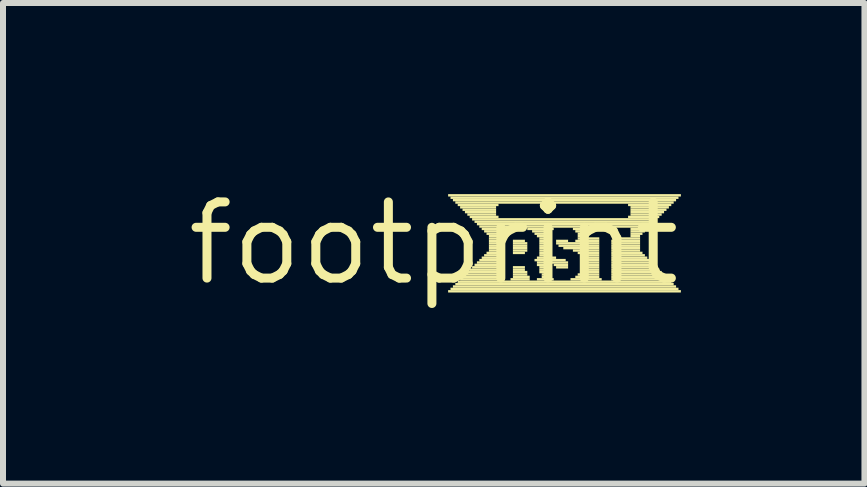
<source format=kicad_pcb>
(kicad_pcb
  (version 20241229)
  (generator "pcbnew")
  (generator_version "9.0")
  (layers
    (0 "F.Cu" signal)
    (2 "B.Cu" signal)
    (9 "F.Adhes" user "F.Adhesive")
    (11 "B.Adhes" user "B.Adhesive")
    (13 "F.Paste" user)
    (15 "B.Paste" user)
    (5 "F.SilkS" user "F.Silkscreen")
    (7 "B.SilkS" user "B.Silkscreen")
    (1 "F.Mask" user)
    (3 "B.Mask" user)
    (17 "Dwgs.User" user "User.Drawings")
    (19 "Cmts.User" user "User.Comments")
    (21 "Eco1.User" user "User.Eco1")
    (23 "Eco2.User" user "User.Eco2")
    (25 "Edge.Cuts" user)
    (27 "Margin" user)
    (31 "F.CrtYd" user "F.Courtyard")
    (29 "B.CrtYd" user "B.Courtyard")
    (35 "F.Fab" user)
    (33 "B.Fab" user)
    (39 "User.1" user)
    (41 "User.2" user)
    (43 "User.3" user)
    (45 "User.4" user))
  (footprint "footprint"
    (layer "F.Cu")
    (at 4.18 1.006)
    (property "Reference" "footprint" (at 0 0 0) (layer "F.SilkS") (effects (font (size 1.27 1.27) (thickness 0.15))))
    (fp_poly (pts (xy 0.24 -0.78) (xy 4.12 -0.78) (xy 4.12 -0.82) (xy 0.24 -0.82)) (stroke (width 0) (type solid)) (fill yes) (layer "F.SilkS"))
    (fp_poly (pts (xy 0.24 0.82) (xy 4.12 0.82) (xy 4.12 0.78) (xy 0.24 0.78)) (stroke (width 0) (type solid)) (fill yes) (layer "F.SilkS"))
    (fp_poly (pts (xy 0.28 -0.74) (xy 4.08 -0.74) (xy 4.08 -0.78) (xy 0.28 -0.78)) (stroke (width 0) (type solid)) (fill yes) (layer "F.SilkS"))
    (fp_poly (pts (xy 0.28 0.78) (xy 4.08 0.78) (xy 4.08 0.74) (xy 0.28 0.74)) (stroke (width 0) (type solid)) (fill yes) (layer "F.SilkS"))
    (fp_poly (pts (xy 0.32 -0.7) (xy 4.04 -0.7) (xy 4.04 -0.74) (xy 0.32 -0.74)) (stroke (width 0) (type solid)) (fill yes) (layer "F.SilkS"))
    (fp_poly (pts (xy 0.32 0.74) (xy 4.04 0.74) (xy 4.04 0.7) (xy 0.32 0.7)) (stroke (width 0) (type solid)) (fill yes) (layer "F.SilkS"))
    (fp_poly (pts (xy 0.36 -0.66) (xy 4 -0.66) (xy 4 -0.7) (xy 0.36 -0.7)) (stroke (width 0) (type solid)) (fill yes) (layer "F.SilkS"))
    (fp_poly (pts (xy 0.36 0.7) (xy 4 0.7) (xy 4 0.66) (xy 0.36 0.66)) (stroke (width 0) (type solid)) (fill yes) (layer "F.SilkS"))
    (fp_poly (pts (xy 0.4 -0.62) (xy 1.08 -0.62) (xy 1.08 -0.66) (xy 0.4 -0.66)) (stroke (width 0) (type solid)) (fill yes) (layer "F.SilkS"))
    (fp_poly (pts (xy 0.4 0.66) (xy 3.96 0.66) (xy 3.96 0.62) (xy 0.4 0.62)) (stroke (width 0) (type solid)) (fill yes) (layer "F.SilkS"))
    (fp_poly (pts (xy 0.44 -0.58) (xy 1.04 -0.58) (xy 1.04 -0.62) (xy 0.44 -0.62)) (stroke (width 0) (type solid)) (fill yes) (layer "F.SilkS"))
    (fp_poly (pts (xy 0.44 0.62) (xy 1.12 0.62) (xy 1.12 0.58) (xy 0.44 0.58)) (stroke (width 0) (type solid)) (fill yes) (layer "F.SilkS"))
    (fp_poly (pts (xy 0.48 -0.54) (xy 1.04 -0.54) (xy 1.04 -0.58) (xy 0.48 -0.58)) (stroke (width 0) (type solid)) (fill yes) (layer "F.SilkS"))
    (fp_poly (pts (xy 0.48 0.58) (xy 1.12 0.58) (xy 1.12 0.54) (xy 0.48 0.54)) (stroke (width 0) (type solid)) (fill yes) (layer "F.SilkS"))
    (fp_poly (pts (xy 0.52 -0.5) (xy 1.04 -0.5) (xy 1.04 -0.54) (xy 0.52 -0.54)) (stroke (width 0) (type solid)) (fill yes) (layer "F.SilkS"))
    (fp_poly (pts (xy 0.52 0.54) (xy 1.12 0.54) (xy 1.12 0.5) (xy 0.52 0.5)) (stroke (width 0) (type solid)) (fill yes) (layer "F.SilkS"))
    (fp_poly (pts (xy 0.56 -0.46) (xy 1.04 -0.46) (xy 1.04 -0.5) (xy 0.56 -0.5)) (stroke (width 0) (type solid)) (fill yes) (layer "F.SilkS"))
    (fp_poly (pts (xy 0.56 0.5) (xy 1.12 0.5) (xy 1.12 0.46) (xy 0.56 0.46)) (stroke (width 0) (type solid)) (fill yes) (layer "F.SilkS"))
    (fp_poly (pts (xy 0.6 -0.42) (xy 1.08 -0.42) (xy 1.08 -0.46) (xy 0.6 -0.46)) (stroke (width 0) (type solid)) (fill yes) (layer "F.SilkS"))
    (fp_poly (pts (xy 0.6 0.46) (xy 1.12 0.46) (xy 1.12 0.42) (xy 0.6 0.42)) (stroke (width 0) (type solid)) (fill yes) (layer "F.SilkS"))
    (fp_poly (pts (xy 0.64 -0.38) (xy 3.72 -0.38) (xy 3.72 -0.42) (xy 0.64 -0.42)) (stroke (width 0) (type solid)) (fill yes) (layer "F.SilkS"))
    (fp_poly (pts (xy 0.64 0.42) (xy 1.12 0.42) (xy 1.12 0.38) (xy 0.64 0.38)) (stroke (width 0) (type solid)) (fill yes) (layer "F.SilkS"))
    (fp_poly (pts (xy 0.68 -0.34) (xy 3.68 -0.34) (xy 3.68 -0.38) (xy 0.68 -0.38)) (stroke (width 0) (type solid)) (fill yes) (layer "F.SilkS"))
    (fp_poly (pts (xy 0.68 0.38) (xy 1.12 0.38) (xy 1.12 0.34) (xy 0.68 0.34)) (stroke (width 0) (type solid)) (fill yes) (layer "F.SilkS"))
    (fp_poly (pts (xy 0.72 -0.3) (xy 3.64 -0.3) (xy 3.64 -0.34) (xy 0.72 -0.34)) (stroke (width 0) (type solid)) (fill yes) (layer "F.SilkS"))
    (fp_poly (pts (xy 0.72 0.34) (xy 1.12 0.34) (xy 1.12 0.3) (xy 0.72 0.3)) (stroke (width 0) (type solid)) (fill yes) (layer "F.SilkS"))
    (fp_poly (pts (xy 0.76 -0.26) (xy 3.6 -0.26) (xy 3.6 -0.3) (xy 0.76 -0.3)) (stroke (width 0) (type solid)) (fill yes) (layer "F.SilkS"))
    (fp_poly (pts (xy 0.76 0.3) (xy 1.12 0.3) (xy 1.12 0.26) (xy 0.76 0.26)) (stroke (width 0) (type solid)) (fill yes) (layer "F.SilkS"))
    (fp_poly (pts (xy 0.8 -0.22) (xy 1.12 -0.22) (xy 1.12 -0.26) (xy 0.8 -0.26)) (stroke (width 0) (type solid)) (fill yes) (layer "F.SilkS"))
    (fp_poly (pts (xy 0.8 0.26) (xy 1.12 0.26) (xy 1.12 0.22) (xy 0.8 0.22)) (stroke (width 0) (type solid)) (fill yes) (layer "F.SilkS"))
    (fp_poly (pts (xy 0.84 -0.18) (xy 1.12 -0.18) (xy 1.12 -0.22) (xy 0.84 -0.22)) (stroke (width 0) (type solid)) (fill yes) (layer "F.SilkS"))
    (fp_poly (pts (xy 0.84 0.22) (xy 1.12 0.22) (xy 1.12 0.18) (xy 0.84 0.18)) (stroke (width 0) (type solid)) (fill yes) (layer "F.SilkS"))
    (fp_poly (pts (xy 0.88 -0.14) (xy 1.12 -0.14) (xy 1.12 -0.18) (xy 0.88 -0.18)) (stroke (width 0) (type solid)) (fill yes) (layer "F.SilkS"))
    (fp_poly (pts (xy 0.88 0.18) (xy 1.12 0.18) (xy 1.12 0.14) (xy 0.88 0.14)) (stroke (width 0) (type solid)) (fill yes) (layer "F.SilkS"))
    (fp_poly (pts (xy 0.92 -0.1) (xy 1.12 -0.1) (xy 1.12 -0.14) (xy 0.92 -0.14)) (stroke (width 0) (type solid)) (fill yes) (layer "F.SilkS"))
    (fp_poly (pts (xy 0.92 -0.06) (xy 1.12 -0.06) (xy 1.12 -0.1) (xy 0.92 -0.1)) (stroke (width 0) (type solid)) (fill yes) (layer "F.SilkS"))
    (fp_poly (pts (xy 0.92 -0.02) (xy 1.12 -0.02) (xy 1.12 -0.06) (xy 0.92 -0.06)) (stroke (width 0) (type solid)) (fill yes) (layer "F.SilkS"))
    (fp_poly (pts (xy 0.92 0.02) (xy 1.12 0.02) (xy 1.12 -0.02) (xy 0.92 -0.02)) (stroke (width 0) (type solid)) (fill yes) (layer "F.SilkS"))
    (fp_poly (pts (xy 0.92 0.06) (xy 1.12 0.06) (xy 1.12 0.02) (xy 0.92 0.02)) (stroke (width 0) (type solid)) (fill yes) (layer "F.SilkS"))
    (fp_poly (pts (xy 0.92 0.1) (xy 1.12 0.1) (xy 1.12 0.06) (xy 0.92 0.06)) (stroke (width 0) (type solid)) (fill yes) (layer "F.SilkS"))
    (fp_poly (pts (xy 0.92 0.14) (xy 1.12 0.14) (xy 1.12 0.1) (xy 0.92 0.1)) (stroke (width 0) (type solid)) (fill yes) (layer "F.SilkS"))
    (fp_poly (pts (xy 1.28 0.62) (xy 1.6 0.62) (xy 1.6 0.58) (xy 1.28 0.58)) (stroke (width 0) (type solid)) (fill yes) (layer "F.SilkS"))
    (fp_poly (pts (xy 1.32 -0.02) (xy 1.52 -0.02) (xy 1.52 -0.06) (xy 1.32 -0.06)) (stroke (width 0) (type solid)) (fill yes) (layer "F.SilkS"))
    (fp_poly (pts (xy 1.32 0.02) (xy 1.56 0.02) (xy 1.56 -0.02) (xy 1.32 -0.02)) (stroke (width 0) (type solid)) (fill yes) (layer "F.SilkS"))
    (fp_poly (pts (xy 1.32 0.06) (xy 1.56 0.06) (xy 1.56 0.02) (xy 1.32 0.02)) (stroke (width 0) (type solid)) (fill yes) (layer "F.SilkS"))
    (fp_poly (pts (xy 1.32 0.1) (xy 1.56 0.1) (xy 1.56 0.06) (xy 1.32 0.06)) (stroke (width 0) (type solid)) (fill yes) (layer "F.SilkS"))
    (fp_poly (pts (xy 1.32 0.14) (xy 1.56 0.14) (xy 1.56 0.1) (xy 1.32 0.1)) (stroke (width 0) (type solid)) (fill yes) (layer "F.SilkS"))
    (fp_poly (pts (xy 1.32 0.18) (xy 1.52 0.18) (xy 1.52 0.14) (xy 1.32 0.14)) (stroke (width 0) (type solid)) (fill yes) (layer "F.SilkS"))
    (fp_poly (pts (xy 1.32 0.42) (xy 1.52 0.42) (xy 1.52 0.38) (xy 1.32 0.38)) (stroke (width 0) (type solid)) (fill yes) (layer "F.SilkS"))
    (fp_poly (pts (xy 1.32 0.46) (xy 1.52 0.46) (xy 1.52 0.42) (xy 1.32 0.42)) (stroke (width 0) (type solid)) (fill yes) (layer "F.SilkS"))
    (fp_poly (pts (xy 1.32 0.5) (xy 1.56 0.5) (xy 1.56 0.46) (xy 1.32 0.46)) (stroke (width 0) (type solid)) (fill yes) (layer "F.SilkS"))
    (fp_poly (pts (xy 1.32 0.54) (xy 1.56 0.54) (xy 1.56 0.5) (xy 1.32 0.5)) (stroke (width 0) (type solid)) (fill yes) (layer "F.SilkS"))
    (fp_poly (pts (xy 1.32 0.58) (xy 1.6 0.58) (xy 1.6 0.54) (xy 1.32 0.54)) (stroke (width 0) (type solid)) (fill yes) (layer "F.SilkS"))
    (fp_poly (pts (xy 1.56 -0.22) (xy 2 -0.22) (xy 2 -0.26) (xy 1.56 -0.26)) (stroke (width 0) (type solid)) (fill yes) (layer "F.SilkS"))
    (fp_poly (pts (xy 1.64 -0.18) (xy 1.92 -0.18) (xy 1.92 -0.22) (xy 1.64 -0.22)) (stroke (width 0) (type solid)) (fill yes) (layer "F.SilkS"))
    (fp_poly (pts (xy 1.68 -0.14) (xy 1.88 -0.14) (xy 1.88 -0.18) (xy 1.68 -0.18)) (stroke (width 0) (type solid)) (fill yes) (layer "F.SilkS"))
    (fp_poly (pts (xy 1.68 0.3) (xy 2.2 0.3) (xy 2.2 0.26) (xy 1.68 0.26)) (stroke (width 0) (type solid)) (fill yes) (layer "F.SilkS"))
    (fp_poly (pts (xy 1.72 -0.1) (xy 1.88 -0.1) (xy 1.88 -0.14) (xy 1.72 -0.14)) (stroke (width 0) (type solid)) (fill yes) (layer "F.SilkS"))
    (fp_poly (pts (xy 1.72 0.26) (xy 2.04 0.26) (xy 2.04 0.22) (xy 1.72 0.22)) (stroke (width 0) (type solid)) (fill yes) (layer "F.SilkS"))
    (fp_poly (pts (xy 1.72 0.34) (xy 2.24 0.34) (xy 2.24 0.3) (xy 1.72 0.3)) (stroke (width 0) (type solid)) (fill yes) (layer "F.SilkS"))
    (fp_poly (pts (xy 1.72 0.38) (xy 1.88 0.38) (xy 1.88 0.34) (xy 1.72 0.34)) (stroke (width 0) (type solid)) (fill yes) (layer "F.SilkS"))
    (fp_poly (pts (xy 1.72 0.62) (xy 2 0.62) (xy 2 0.58) (xy 1.72 0.58)) (stroke (width 0) (type solid)) (fill yes) (layer "F.SilkS"))
    (fp_poly (pts (xy 1.76 -0.06) (xy 1.84 -0.06) (xy 1.84 -0.1) (xy 1.76 -0.1)) (stroke (width 0) (type solid)) (fill yes) (layer "F.SilkS"))
    (fp_poly (pts (xy 1.76 -0.02) (xy 1.84 -0.02) (xy 1.84 -0.06) (xy 1.76 -0.06)) (stroke (width 0) (type solid)) (fill yes) (layer "F.SilkS"))
    (fp_poly (pts (xy 1.76 0.02) (xy 1.84 0.02) (xy 1.84 -0.02) (xy 1.76 -0.02)) (stroke (width 0) (type solid)) (fill yes) (layer "F.SilkS"))
    (fp_poly (pts (xy 1.76 0.06) (xy 1.84 0.06) (xy 1.84 0.02) (xy 1.76 0.02)) (stroke (width 0) (type solid)) (fill yes) (layer "F.SilkS"))
    (fp_poly (pts (xy 1.76 0.1) (xy 1.84 0.1) (xy 1.84 0.06) (xy 1.76 0.06)) (stroke (width 0) (type solid)) (fill yes) (layer "F.SilkS"))
    (fp_poly (pts (xy 1.76 0.14) (xy 1.88 0.14) (xy 1.88 0.1) (xy 1.76 0.1)) (stroke (width 0) (type solid)) (fill yes) (layer "F.SilkS"))
    (fp_poly (pts (xy 1.76 0.18) (xy 1.92 0.18) (xy 1.92 0.14) (xy 1.76 0.14)) (stroke (width 0) (type solid)) (fill yes) (layer "F.SilkS"))
    (fp_poly (pts (xy 1.76 0.22) (xy 1.96 0.22) (xy 1.96 0.18) (xy 1.76 0.18)) (stroke (width 0) (type solid)) (fill yes) (layer "F.SilkS"))
    (fp_poly (pts (xy 1.76 0.42) (xy 1.84 0.42) (xy 1.84 0.38) (xy 1.76 0.38)) (stroke (width 0) (type solid)) (fill yes) (layer "F.SilkS"))
    (fp_poly (pts (xy 1.76 0.46) (xy 1.84 0.46) (xy 1.84 0.42) (xy 1.76 0.42)) (stroke (width 0) (type solid)) (fill yes) (layer "F.SilkS"))
    (fp_poly (pts (xy 1.76 0.5) (xy 1.84 0.5) (xy 1.84 0.46) (xy 1.76 0.46)) (stroke (width 0) (type solid)) (fill yes) (layer "F.SilkS"))
    (fp_poly (pts (xy 1.8 0.54) (xy 1.88 0.54) (xy 1.88 0.5) (xy 1.8 0.5)) (stroke (width 0) (type solid)) (fill yes) (layer "F.SilkS"))
    (fp_poly (pts (xy 1.8 0.58) (xy 1.92 0.58) (xy 1.92 0.54) (xy 1.8 0.54)) (stroke (width 0) (type solid)) (fill yes) (layer "F.SilkS"))
    (fp_poly (pts (xy 2 0.38) (xy 2.24 0.38) (xy 2.24 0.34) (xy 2 0.34)) (stroke (width 0) (type solid)) (fill yes) (layer "F.SilkS"))
    (fp_poly (pts (xy 2.04 -0.02) (xy 2.24 -0.02) (xy 2.24 -0.06) (xy 2.04 -0.06)) (stroke (width 0) (type solid)) (fill yes) (layer "F.SilkS"))
    (fp_poly (pts (xy 2.04 0.02) (xy 2.76 0.02) (xy 2.76 -0.02) (xy 2.04 -0.02)) (stroke (width 0) (type solid)) (fill yes) (layer "F.SilkS"))
    (fp_poly (pts (xy 2.04 0.42) (xy 2.24 0.42) (xy 2.24 0.38) (xy 2.04 0.38)) (stroke (width 0) (type solid)) (fill yes) (layer "F.SilkS"))
    (fp_poly (pts (xy 2.08 0.06) (xy 2.76 0.06) (xy 2.76 0.02) (xy 2.08 0.02)) (stroke (width 0) (type solid)) (fill yes) (layer "F.SilkS"))
    (fp_poly (pts (xy 2.16 0.1) (xy 2.76 0.1) (xy 2.76 0.06) (xy 2.16 0.06)) (stroke (width 0) (type solid)) (fill yes) (layer "F.SilkS"))
    (fp_poly (pts (xy 2.28 0.62) (xy 2.8 0.62) (xy 2.8 0.58) (xy 2.28 0.58)) (stroke (width 0) (type solid)) (fill yes) (layer "F.SilkS"))
    (fp_poly (pts (xy 2.32 -0.22) (xy 2.48 -0.22) (xy 2.48 -0.26) (xy 2.32 -0.26)) (stroke (width 0) (type solid)) (fill yes) (layer "F.SilkS"))
    (fp_poly (pts (xy 2.32 0.14) (xy 2.76 0.14) (xy 2.76 0.1) (xy 2.32 0.1)) (stroke (width 0) (type solid)) (fill yes) (layer "F.SilkS"))
    (fp_poly (pts (xy 2.36 -0.18) (xy 2.44 -0.18) (xy 2.44 -0.22) (xy 2.36 -0.22)) (stroke (width 0) (type solid)) (fill yes) (layer "F.SilkS"))
    (fp_poly (pts (xy 2.36 -0.02) (xy 2.76 -0.02) (xy 2.76 -0.06) (xy 2.36 -0.06)) (stroke (width 0) (type solid)) (fill yes) (layer "F.SilkS"))
    (fp_poly (pts (xy 2.36 0.58) (xy 2.76 0.58) (xy 2.76 0.54) (xy 2.36 0.54)) (stroke (width 0) (type solid)) (fill yes) (layer "F.SilkS"))
    (fp_poly (pts (xy 2.4 -0.14) (xy 2.44 -0.14) (xy 2.44 -0.18) (xy 2.4 -0.18)) (stroke (width 0) (type solid)) (fill yes) (layer "F.SilkS"))
    (fp_poly (pts (xy 2.4 -0.1) (xy 2.48 -0.1) (xy 2.48 -0.14) (xy 2.4 -0.14)) (stroke (width 0) (type solid)) (fill yes) (layer "F.SilkS"))
    (fp_poly (pts (xy 2.4 -0.06) (xy 2.76 -0.06) (xy 2.76 -0.1) (xy 2.4 -0.1)) (stroke (width 0) (type solid)) (fill yes) (layer "F.SilkS"))
    (fp_poly (pts (xy 2.4 0.18) (xy 2.76 0.18) (xy 2.76 0.14) (xy 2.4 0.14)) (stroke (width 0) (type solid)) (fill yes) (layer "F.SilkS"))
    (fp_poly (pts (xy 2.4 0.54) (xy 2.76 0.54) (xy 2.76 0.5) (xy 2.4 0.5)) (stroke (width 0) (type solid)) (fill yes) (layer "F.SilkS"))
    (fp_poly (pts (xy 2.44 0.22) (xy 2.76 0.22) (xy 2.76 0.18) (xy 2.44 0.18)) (stroke (width 0) (type solid)) (fill yes) (layer "F.SilkS"))
    (fp_poly (pts (xy 2.44 0.26) (xy 2.76 0.26) (xy 2.76 0.22) (xy 2.44 0.22)) (stroke (width 0) (type solid)) (fill yes) (layer "F.SilkS"))
    (fp_poly (pts (xy 2.44 0.3) (xy 2.76 0.3) (xy 2.76 0.26) (xy 2.44 0.26)) (stroke (width 0) (type solid)) (fill yes) (layer "F.SilkS"))
    (fp_poly (pts (xy 2.44 0.34) (xy 2.76 0.34) (xy 2.76 0.3) (xy 2.44 0.3)) (stroke (width 0) (type solid)) (fill yes) (layer "F.SilkS"))
    (fp_poly (pts (xy 2.44 0.38) (xy 2.76 0.38) (xy 2.76 0.34) (xy 2.44 0.34)) (stroke (width 0) (type solid)) (fill yes) (layer "F.SilkS"))
    (fp_poly (pts (xy 2.44 0.42) (xy 2.76 0.42) (xy 2.76 0.38) (xy 2.44 0.38)) (stroke (width 0) (type solid)) (fill yes) (layer "F.SilkS"))
    (fp_poly (pts (xy 2.44 0.46) (xy 2.76 0.46) (xy 2.76 0.42) (xy 2.44 0.42)) (stroke (width 0) (type solid)) (fill yes) (layer "F.SilkS"))
    (fp_poly (pts (xy 2.44 0.5) (xy 2.76 0.5) (xy 2.76 0.46) (xy 2.44 0.46)) (stroke (width 0) (type solid)) (fill yes) (layer "F.SilkS"))
    (fp_poly (pts (xy 2.96 -0.02) (xy 3.44 -0.02) (xy 3.44 -0.06) (xy 2.96 -0.06)) (stroke (width 0) (type solid)) (fill yes) (layer "F.SilkS"))
    (fp_poly (pts (xy 2.96 0.02) (xy 3.44 0.02) (xy 3.44 -0.02) (xy 2.96 -0.02)) (stroke (width 0) (type solid)) (fill yes) (layer "F.SilkS"))
    (fp_poly (pts (xy 2.96 0.06) (xy 3.44 0.06) (xy 3.44 0.02) (xy 2.96 0.02)) (stroke (width 0) (type solid)) (fill yes) (layer "F.SilkS"))
    (fp_poly (pts (xy 2.96 0.1) (xy 3.44 0.1) (xy 3.44 0.06) (xy 2.96 0.06)) (stroke (width 0) (type solid)) (fill yes) (layer "F.SilkS"))
    (fp_poly (pts (xy 2.96 0.14) (xy 3.44 0.14) (xy 3.44 0.1) (xy 2.96 0.1)) (stroke (width 0) (type solid)) (fill yes) (layer "F.SilkS"))
    (fp_poly (pts (xy 2.96 0.18) (xy 3.48 0.18) (xy 3.48 0.14) (xy 2.96 0.14)) (stroke (width 0) (type solid)) (fill yes) (layer "F.SilkS"))
    (fp_poly (pts (xy 2.96 0.22) (xy 3.52 0.22) (xy 3.52 0.18) (xy 2.96 0.18)) (stroke (width 0) (type solid)) (fill yes) (layer "F.SilkS"))
    (fp_poly (pts (xy 2.96 0.26) (xy 3.56 0.26) (xy 3.56 0.22) (xy 2.96 0.22)) (stroke (width 0) (type solid)) (fill yes) (layer "F.SilkS"))
    (fp_poly (pts (xy 2.96 0.3) (xy 3.6 0.3) (xy 3.6 0.26) (xy 2.96 0.26)) (stroke (width 0) (type solid)) (fill yes) (layer "F.SilkS"))
    (fp_poly (pts (xy 2.96 0.34) (xy 3.64 0.34) (xy 3.64 0.3) (xy 2.96 0.3)) (stroke (width 0) (type solid)) (fill yes) (layer "F.SilkS"))
    (fp_poly (pts (xy 2.96 0.38) (xy 3.68 0.38) (xy 3.68 0.34) (xy 2.96 0.34)) (stroke (width 0) (type solid)) (fill yes) (layer "F.SilkS"))
    (fp_poly (pts (xy 2.96 0.42) (xy 3.72 0.42) (xy 3.72 0.38) (xy 2.96 0.38)) (stroke (width 0) (type solid)) (fill yes) (layer "F.SilkS"))
    (fp_poly (pts (xy 2.96 0.46) (xy 3.76 0.46) (xy 3.76 0.42) (xy 2.96 0.42)) (stroke (width 0) (type solid)) (fill yes) (layer "F.SilkS"))
    (fp_poly (pts (xy 2.96 0.5) (xy 3.8 0.5) (xy 3.8 0.46) (xy 2.96 0.46)) (stroke (width 0) (type solid)) (fill yes) (layer "F.SilkS"))
    (fp_poly (pts (xy 2.96 0.54) (xy 3.84 0.54) (xy 3.84 0.5) (xy 2.96 0.5)) (stroke (width 0) (type solid)) (fill yes) (layer "F.SilkS"))
    (fp_poly (pts (xy 2.96 0.58) (xy 3.88 0.58) (xy 3.88 0.54) (xy 2.96 0.54)) (stroke (width 0) (type solid)) (fill yes) (layer "F.SilkS"))
    (fp_poly (pts (xy 2.96 0.62) (xy 3.92 0.62) (xy 3.92 0.58) (xy 2.96 0.58)) (stroke (width 0) (type solid)) (fill yes) (layer "F.SilkS"))
    (fp_poly (pts (xy 3 -0.06) (xy 3.44 -0.06) (xy 3.44 -0.1) (xy 3 -0.1)) (stroke (width 0) (type solid)) (fill yes) (layer "F.SilkS"))
    (fp_poly (pts (xy 3.24 -0.62) (xy 3.96 -0.62) (xy 3.96 -0.66) (xy 3.24 -0.66)) (stroke (width 0) (type solid)) (fill yes) (layer "F.SilkS"))
    (fp_poly (pts (xy 3.24 -0.42) (xy 3.76 -0.42) (xy 3.76 -0.46) (xy 3.24 -0.46)) (stroke (width 0) (type solid)) (fill yes) (layer "F.SilkS"))
    (fp_poly (pts (xy 3.28 -0.58) (xy 3.92 -0.58) (xy 3.92 -0.62) (xy 3.28 -0.62)) (stroke (width 0) (type solid)) (fill yes) (layer "F.SilkS"))
    (fp_poly (pts (xy 3.28 -0.54) (xy 3.88 -0.54) (xy 3.88 -0.58) (xy 3.28 -0.58)) (stroke (width 0) (type solid)) (fill yes) (layer "F.SilkS"))
    (fp_poly (pts (xy 3.28 -0.5) (xy 3.84 -0.5) (xy 3.84 -0.54) (xy 3.28 -0.54)) (stroke (width 0) (type solid)) (fill yes) (layer "F.SilkS"))
    (fp_poly (pts (xy 3.28 -0.46) (xy 3.8 -0.46) (xy 3.8 -0.5) (xy 3.28 -0.5)) (stroke (width 0) (type solid)) (fill yes) (layer "F.SilkS"))
    (fp_poly (pts (xy 3.28 -0.22) (xy 3.56 -0.22) (xy 3.56 -0.26) (xy 3.28 -0.26)) (stroke (width 0) (type solid)) (fill yes) (layer "F.SilkS"))
    (fp_poly (pts (xy 3.28 -0.18) (xy 3.52 -0.18) (xy 3.52 -0.22) (xy 3.28 -0.22)) (stroke (width 0) (type solid)) (fill yes) (layer "F.SilkS"))
    (fp_poly (pts (xy 3.28 -0.14) (xy 3.48 -0.14) (xy 3.48 -0.18) (xy 3.28 -0.18)) (stroke (width 0) (type solid)) (fill yes) (layer "F.SilkS"))
    (fp_poly (pts (xy 3.28 -0.1) (xy 3.44 -0.1) (xy 3.44 -0.14) (xy 3.28 -0.14)) (stroke (width 0) (type solid)) (fill yes) (layer "F.SilkS")))
  (gr_rect
    (start -3 -3)
    (end 11.36 5.012)
    (stroke (width 0.1) (type default))
    (fill no)
    (layer "Edge.Cuts")))
</source>
